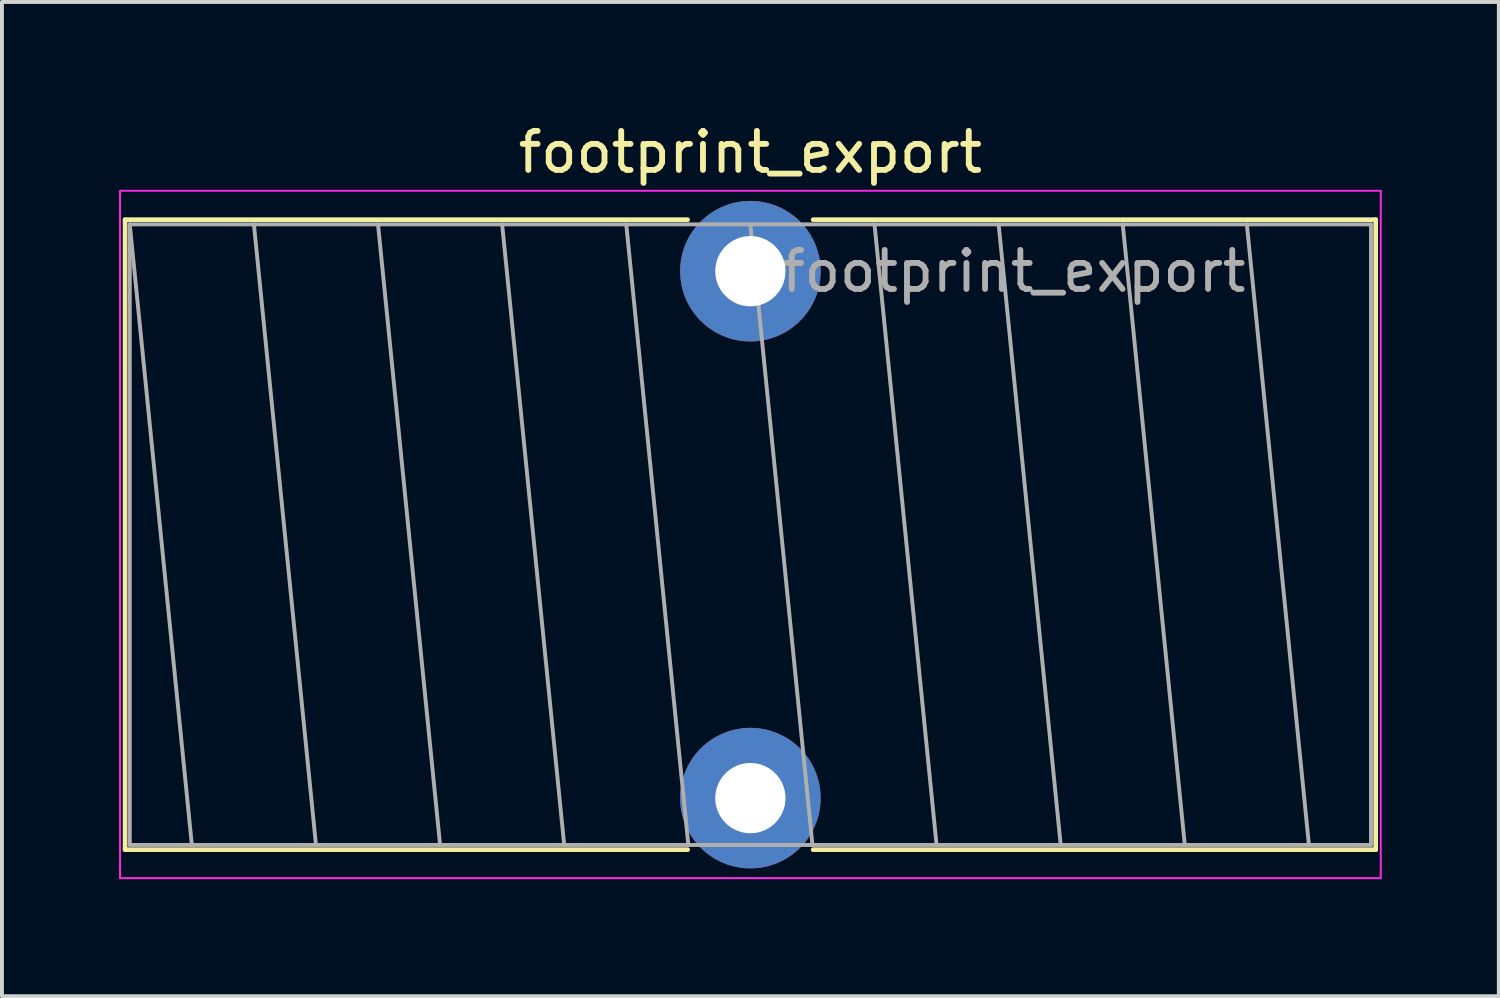
<source format=kicad_pcb>
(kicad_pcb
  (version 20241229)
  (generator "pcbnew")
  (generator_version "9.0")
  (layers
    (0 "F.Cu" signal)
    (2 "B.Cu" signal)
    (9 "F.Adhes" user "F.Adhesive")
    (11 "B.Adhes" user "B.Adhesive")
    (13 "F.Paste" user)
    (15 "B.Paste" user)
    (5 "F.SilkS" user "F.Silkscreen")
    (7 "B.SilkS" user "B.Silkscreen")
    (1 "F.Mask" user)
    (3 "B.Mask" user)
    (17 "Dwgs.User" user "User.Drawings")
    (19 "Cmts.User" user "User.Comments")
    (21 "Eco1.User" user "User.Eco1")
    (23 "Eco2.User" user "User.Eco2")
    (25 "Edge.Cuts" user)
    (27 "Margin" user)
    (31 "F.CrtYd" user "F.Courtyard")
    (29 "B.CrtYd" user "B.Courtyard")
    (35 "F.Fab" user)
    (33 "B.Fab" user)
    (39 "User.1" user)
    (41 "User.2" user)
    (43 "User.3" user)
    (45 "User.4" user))
  (footprint "footprint_export"
    (layer "F.Cu")
    (at 16.175 3.898)
    (property "Reference" "footprint_export" (at 0 -3.05 0) (layer "F.SilkS") (effects (font (size 1 1) (thickness 0.15))))
    (attr through_hole)
    (fp_line (start -16.02 -1.32) (end -16.02 14.82) (stroke (width 0.12) (type solid)) (layer "F.SilkS"))
    (fp_line (start -16.02 -1.32) (end -1.608 -1.32) (stroke (width 0.12) (type solid)) (layer "F.SilkS"))
    (fp_line (start -16.02 14.82) (end -1.608 14.82) (stroke (width 0.12) (type solid)) (layer "F.SilkS"))
    (fp_line (start 1.608 -1.32) (end 16.02 -1.32) (stroke (width 0.12) (type solid)) (layer "F.SilkS"))
    (fp_line (start 1.608 14.82) (end 16.02 14.82) (stroke (width 0.12) (type solid)) (layer "F.SilkS"))
    (fp_line (start 16.02 -1.32) (end 16.02 14.82) (stroke (width 0.12) (type solid)) (layer "F.SilkS"))
    (fp_line (start -16.15 -2.06) (end -16.15 15.55) (stroke (width 0.05) (type solid)) (layer "F.CrtYd"))
    (fp_line (start -16.15 15.55) (end 16.15 15.55) (stroke (width 0.05) (type solid)) (layer "F.CrtYd"))
    (fp_line (start 16.15 -2.06) (end -16.15 -2.06) (stroke (width 0.05) (type solid)) (layer "F.CrtYd"))
    (fp_line (start 16.15 15.55) (end 16.15 -2.06) (stroke (width 0.05) (type solid)) (layer "F.CrtYd"))
    (fp_line (start -15.9 -1.2) (end -15.9 14.7) (stroke (width 0.1) (type solid)) (layer "F.Fab"))
    (fp_line (start -15.9 -1.2) (end -14.31 14.7) (stroke (width 0.1) (type solid)) (layer "F.Fab"))
    (fp_line (start -15.9 14.7) (end 15.9 14.7) (stroke (width 0.1) (type solid)) (layer "F.Fab"))
    (fp_line (start -12.72 -1.2) (end -11.13 14.7) (stroke (width 0.1) (type solid)) (layer "F.Fab"))
    (fp_line (start -9.54 -1.2) (end -7.95 14.7) (stroke (width 0.1) (type solid)) (layer "F.Fab"))
    (fp_line (start -6.36 -1.2) (end -4.77 14.7) (stroke (width 0.1) (type solid)) (layer "F.Fab"))
    (fp_line (start -3.18 -1.2) (end -1.59 14.7) (stroke (width 0.1) (type solid)) (layer "F.Fab"))
    (fp_line (start 0 -1.2) (end 1.59 14.7) (stroke (width 0.1) (type solid)) (layer "F.Fab"))
    (fp_line (start 3.18 -1.2) (end 4.77 14.7) (stroke (width 0.1) (type solid)) (layer "F.Fab"))
    (fp_line (start 6.36 -1.2) (end 7.95 14.7) (stroke (width 0.1) (type solid)) (layer "F.Fab"))
    (fp_line (start 9.54 -1.2) (end 11.13 14.7) (stroke (width 0.1) (type solid)) (layer "F.Fab"))
    (fp_line (start 12.72 -1.2) (end 14.31 14.7) (stroke (width 0.1) (type solid)) (layer "F.Fab"))
    (fp_line (start 15.9 -1.2) (end -15.9 -1.2) (stroke (width 0.1) (type solid)) (layer "F.Fab"))
    (fp_line (start 15.9 14.7) (end 15.9 -1.2) (stroke (width 0.1) (type solid)) (layer "F.Fab"))
    (fp_text user "${REFERENCE}" (at 6.75 0 0) (layer "F.Fab") (effects (font (size 1 1) (thickness 0.15))))
    (pad "1" thru_hole circle (at 0 0) (size 3.6 3.6) (drill 1.8) (layers "*.Cu" "*.Mask"))
    (pad "2" thru_hole circle (at 0 13.5) (size 3.6 3.6) (drill 1.8) (layers "*.Cu" "*.Mask")))
  (gr_rect
    (start -3 -3)
    (end 35.35 22.473)
    (stroke (width 0.1) (type default))
    (fill no)
    (layer "Edge.Cuts")))
</source>
